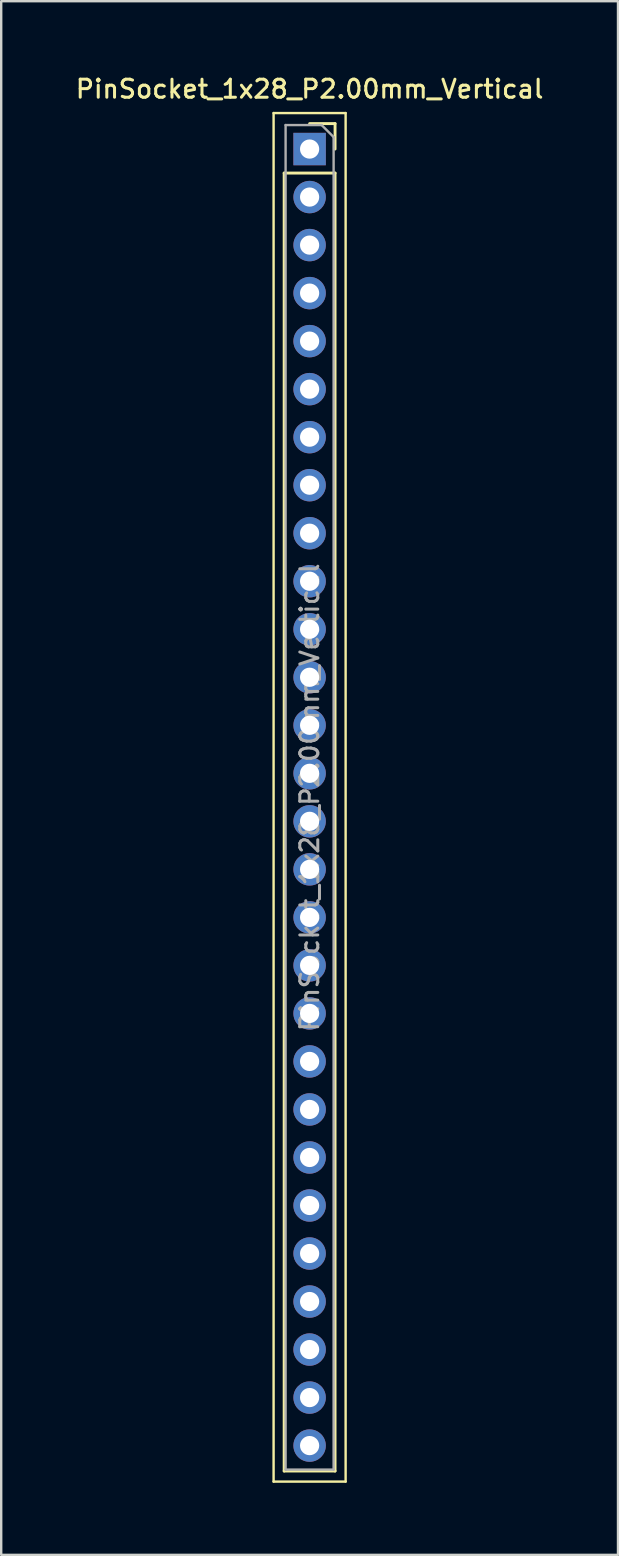
<source format=kicad_pcb>
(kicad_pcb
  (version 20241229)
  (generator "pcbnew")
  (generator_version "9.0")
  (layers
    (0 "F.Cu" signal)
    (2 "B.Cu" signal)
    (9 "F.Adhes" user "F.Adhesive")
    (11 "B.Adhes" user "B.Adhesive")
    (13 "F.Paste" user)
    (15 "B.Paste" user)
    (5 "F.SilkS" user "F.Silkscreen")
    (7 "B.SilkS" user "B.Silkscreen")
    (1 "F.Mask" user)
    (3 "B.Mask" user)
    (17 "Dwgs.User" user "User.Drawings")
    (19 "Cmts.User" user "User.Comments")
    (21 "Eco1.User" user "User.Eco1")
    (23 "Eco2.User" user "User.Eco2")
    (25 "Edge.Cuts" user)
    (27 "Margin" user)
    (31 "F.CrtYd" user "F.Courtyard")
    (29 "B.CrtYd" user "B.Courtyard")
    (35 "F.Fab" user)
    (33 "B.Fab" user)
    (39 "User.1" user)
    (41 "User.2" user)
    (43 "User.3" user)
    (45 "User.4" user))
  (footprint "PinSocket_1x28_P2.00mm_Vertical"
    (layer "F.Cu")
    (at 9.845 3.158)
    (property "Reference" "PinSocket_1x28_P2.00mm_Vertical" (at 0 -2.5 0) (layer "F.SilkS") (effects (font (size 0.75 0.75) (thickness 0.125))))
    (attr through_hole)
    (fp_line (start -1.5 -1.5) (end 1.5 -1.5) (stroke (width 0.1) (type solid)) (layer "F.SilkS"))
    (fp_line (start -1.5 55.5) (end -1.5 -1.5) (stroke (width 0.1) (type solid)) (layer "F.SilkS"))
    (fp_line (start -1.06 1) (end -1.06 55.06) (stroke (width 0.12) (type solid)) (layer "F.SilkS"))
    (fp_line (start -1.06 1) (end 1.06 1) (stroke (width 0.12) (type solid)) (layer "F.SilkS"))
    (fp_line (start -1.06 55.06) (end 1.06 55.06) (stroke (width 0.12) (type solid)) (layer "F.SilkS"))
    (fp_line (start 0 -1.06) (end 1.06 -1.06) (stroke (width 0.12) (type solid)) (layer "F.SilkS"))
    (fp_line (start 1.06 -1.06) (end 1.06 0) (stroke (width 0.12) (type solid)) (layer "F.SilkS"))
    (fp_line (start 1.06 1) (end 1.06 55.06) (stroke (width 0.12) (type solid)) (layer "F.SilkS"))
    (fp_line (start 1.5 -1.5) (end 1.5 55.5) (stroke (width 0.1) (type solid)) (layer "F.SilkS"))
    (fp_line (start 1.5 55.5) (end -1.5 55.5) (stroke (width 0.1) (type solid)) (layer "F.SilkS"))
    (fp_line (start -1 -1) (end 0.5 -1) (stroke (width 0.1) (type solid)) (layer "F.Fab"))
    (fp_line (start -1 55) (end -1 -1) (stroke (width 0.1) (type solid)) (layer "F.Fab"))
    (fp_line (start 0.5 -1) (end 1 -0.5) (stroke (width 0.1) (type solid)) (layer "F.Fab"))
    (fp_line (start 1 -0.5) (end 1 55) (stroke (width 0.1) (type solid)) (layer "F.Fab"))
    (fp_line (start 1 55) (end -1 55) (stroke (width 0.1) (type solid)) (layer "F.Fab"))
    (fp_text user "${REFERENCE}" (at 0 27 90) (layer "F.Fab") (effects (font (size 0.75 0.75) (thickness 0.125))))
    (pad "1" thru_hole rect (at 0 0) (size 1.35 1.35) (drill 0.8) (layers "*.Cu" "*.Mask"))
    (pad "2" thru_hole oval (at 0 2) (size 1.35 1.35) (drill 0.8) (layers "*.Cu" "*.Mask"))
    (pad "3" thru_hole oval (at 0 4) (size 1.35 1.35) (drill 0.8) (layers "*.Cu" "*.Mask"))
    (pad "4" thru_hole oval (at 0 6) (size 1.35 1.35) (drill 0.8) (layers "*.Cu" "*.Mask"))
    (pad "5" thru_hole oval (at 0 8) (size 1.35 1.35) (drill 0.8) (layers "*.Cu" "*.Mask"))
    (pad "6" thru_hole oval (at 0 10) (size 1.35 1.35) (drill 0.8) (layers "*.Cu" "*.Mask"))
    (pad "7" thru_hole oval (at 0 12) (size 1.35 1.35) (drill 0.8) (layers "*.Cu" "*.Mask"))
    (pad "8" thru_hole oval (at 0 14) (size 1.35 1.35) (drill 0.8) (layers "*.Cu" "*.Mask"))
    (pad "9" thru_hole oval (at 0 16) (size 1.35 1.35) (drill 0.8) (layers "*.Cu" "*.Mask"))
    (pad "10" thru_hole oval (at 0 18) (size 1.35 1.35) (drill 0.8) (layers "*.Cu" "*.Mask"))
    (pad "11" thru_hole oval (at 0 20) (size 1.35 1.35) (drill 0.8) (layers "*.Cu" "*.Mask"))
    (pad "12" thru_hole oval (at 0 22) (size 1.35 1.35) (drill 0.8) (layers "*.Cu" "*.Mask"))
    (pad "13" thru_hole oval (at 0 24) (size 1.35 1.35) (drill 0.8) (layers "*.Cu" "*.Mask"))
    (pad "14" thru_hole oval (at 0 26) (size 1.35 1.35) (drill 0.8) (layers "*.Cu" "*.Mask"))
    (pad "15" thru_hole oval (at 0 28) (size 1.35 1.35) (drill 0.8) (layers "*.Cu" "*.Mask"))
    (pad "16" thru_hole oval (at 0 30) (size 1.35 1.35) (drill 0.8) (layers "*.Cu" "*.Mask"))
    (pad "17" thru_hole oval (at 0 32) (size 1.35 1.35) (drill 0.8) (layers "*.Cu" "*.Mask"))
    (pad "18" thru_hole oval (at 0 34) (size 1.35 1.35) (drill 0.8) (layers "*.Cu" "*.Mask"))
    (pad "19" thru_hole oval (at 0 36) (size 1.35 1.35) (drill 0.8) (layers "*.Cu" "*.Mask"))
    (pad "20" thru_hole oval (at 0 38) (size 1.35 1.35) (drill 0.8) (layers "*.Cu" "*.Mask"))
    (pad "21" thru_hole oval (at 0 40) (size 1.35 1.35) (drill 0.8) (layers "*.Cu" "*.Mask"))
    (pad "22" thru_hole oval (at 0 42) (size 1.35 1.35) (drill 0.8) (layers "*.Cu" "*.Mask"))
    (pad "23" thru_hole oval (at 0 44) (size 1.35 1.35) (drill 0.8) (layers "*.Cu" "*.Mask"))
    (pad "24" thru_hole oval (at 0 46) (size 1.35 1.35) (drill 0.8) (layers "*.Cu" "*.Mask"))
    (pad "25" thru_hole oval (at 0 48) (size 1.35 1.35) (drill 0.8) (layers "*.Cu" "*.Mask"))
    (pad "26" thru_hole oval (at 0 50) (size 1.35 1.35) (drill 0.8) (layers "*.Cu" "*.Mask"))
    (pad "27" thru_hole oval (at 0 52) (size 1.35 1.35) (drill 0.8) (layers "*.Cu" "*.Mask"))
    (pad "28" thru_hole oval (at 0 54) (size 1.35 1.35) (drill 0.8) (layers "*.Cu" "*.Mask")))
  (gr_rect
    (start -3 -3)
    (end 22.689 61.708)
    (stroke (width 0.1) (type default))
    (fill no)
    (layer "Edge.Cuts")))
</source>
